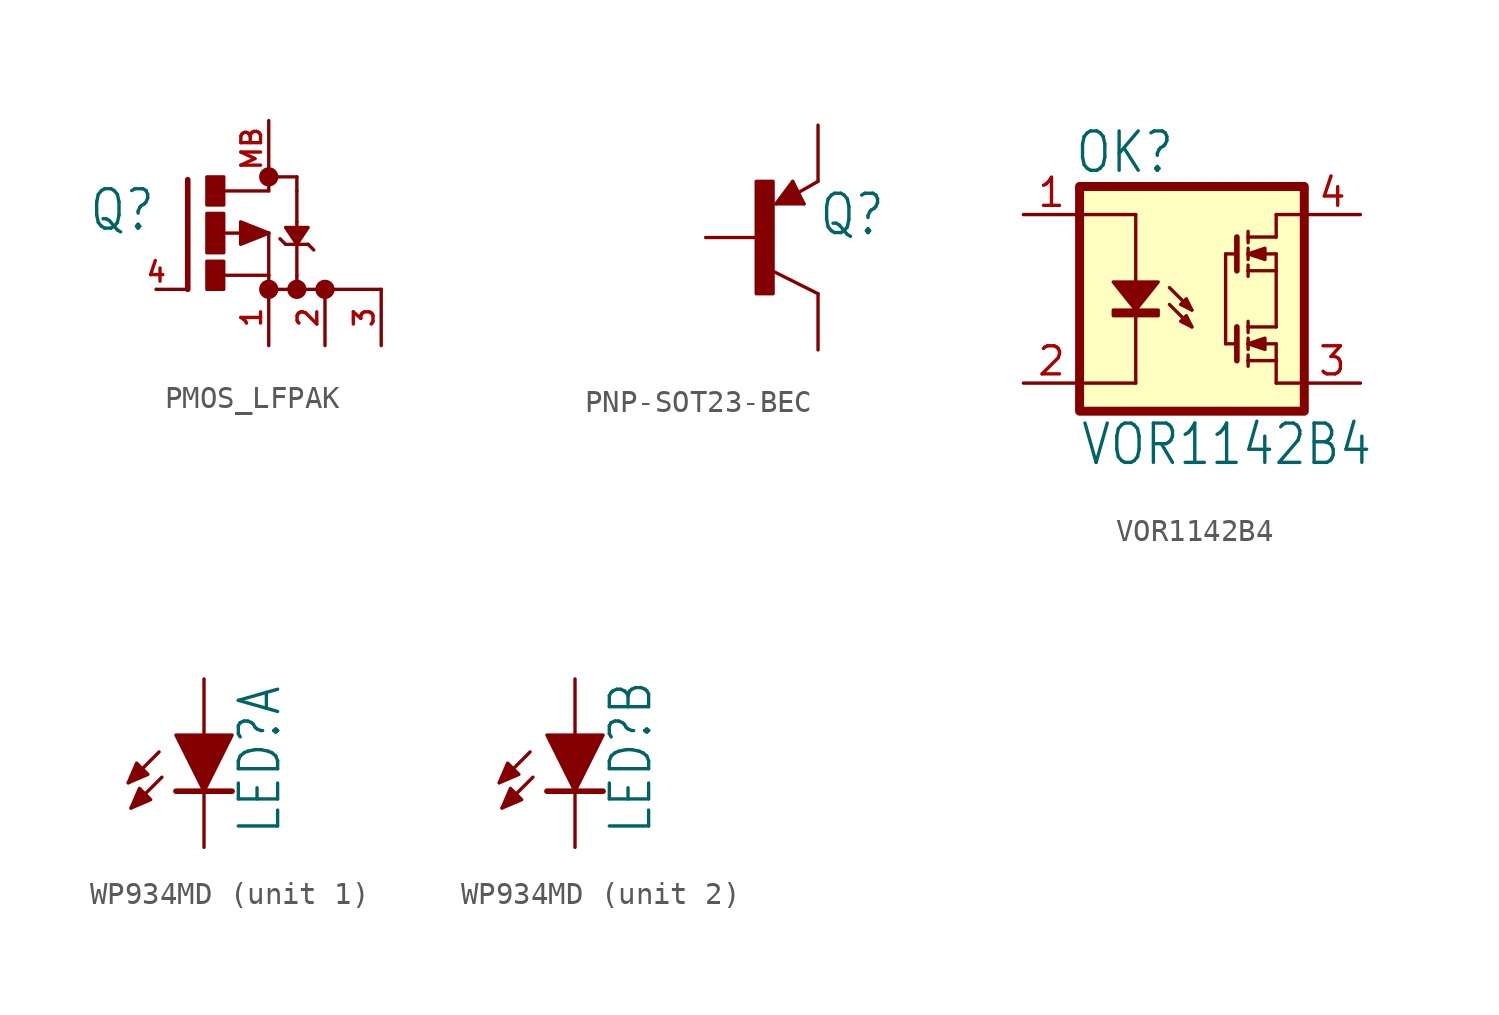
<source format=kicad_sym>
(kicad_symbol_lib
  (version 20231120)
  (generator "kicad_symbol_editor")
  (generator_version "8.0")
  (symbol "PMOS_LFPAK"
    (property "Reference" "Q"
      (at -2.54 0 0)
      (effects (font (size 1.778 1.511)) (justify right bottom)))
    (property "Value" ""
      (at 6.35 0 0)
      (effects (font (size 1.778 1.511)) (justify left bottom)))
    (property "ki_locked" ""
      (at 0 0 0)
      (effects (font (size 1.27 1.27))))
    (symbol "PMOS_LFPAK_1_0"
      (rectangle (start -0.254 -2.54) (end 0.508 -1.27) (stroke (width 0) (type default)) (fill (type outline)))
      (rectangle (start -0.254 -0.889) (end 0.508 0.889) (stroke (width 0) (type default)) (fill (type outline)))
      (rectangle (start -0.254 1.27) (end 0.508 2.54) (stroke (width 0) (type default)) (fill (type outline)))
      (polyline (pts (xy -1.118 -2.54) (xy -2.54 -2.54)) (stroke (width 0.152) (type solid)) (fill (type none)))
      (polyline (pts (xy -1.118 2.413) (xy -1.118 -2.54)) (stroke (width 0.254) (type solid)) (fill (type none)))
      (polyline (pts (xy 0.508 -1.905) (xy 2.54 -1.905)) (stroke (width 0.152) (type solid)) (fill (type none)))
      (polyline (pts (xy 1.651 0) (xy 2.54 0)) (stroke (width 0.152) (type solid)) (fill (type none)))
      (polyline (pts (xy 2.54 -1.905) (xy 2.54 -2.54)) (stroke (width 0.152) (type solid)) (fill (type none)))
      (polyline (pts (xy 2.54 0) (xy 0.533 0)) (stroke (width 0.152) (type solid)) (fill (type none)))
      (polyline (pts (xy 2.54 0) (xy 2.54 -1.905)) (stroke (width 0.152) (type solid)) (fill (type none)))
      (polyline (pts (xy 2.54 1.905) (xy 0.533 1.905)) (stroke (width 0.152) (type solid)) (fill (type none)))
      (polyline (pts (xy 2.54 2.54) (xy 2.54 1.905)) (stroke (width 0.152) (type solid)) (fill (type none)))
      (polyline (pts (xy 3.302 -0.508) (xy 3.048 -0.254)) (stroke (width 0.152) (type solid)) (fill (type none)))
      (polyline (pts (xy 3.81 -1.905) (xy 3.81 -2.54)) (stroke (width 0.152) (type solid)) (fill (type none)))
      (polyline (pts (xy 3.81 -1.905) (xy 3.81 0.508)) (stroke (width 0.152) (type solid)) (fill (type none)))
      (polyline (pts (xy 3.81 -0.508) (xy 3.302 -0.508)) (stroke (width 0.152) (type solid)) (fill (type none)))
      (polyline (pts (xy 3.81 0.508) (xy 3.81 1.905)) (stroke (width 0.152) (type solid)) (fill (type none)))
      (polyline (pts (xy 3.81 2.54) (xy 3.81 1.905)) (stroke (width 0.152) (type solid)) (fill (type none)))
      (polyline (pts (xy 4.318 -0.508) (xy 3.81 -0.508)) (stroke (width 0.152) (type solid)) (fill (type none)))
      (polyline (pts (xy 4.572 -0.762) (xy 4.318 -0.508)) (stroke (width 0.152) (type solid)) (fill (type none)))
      (polyline (pts (xy 2.54 0) (xy 1.27 -0.508) (xy 1.27 0.508) (xy 2.54 0)) (stroke (width 0) (type default)) (fill (type outline)))
      (polyline (pts (xy 3.81 -0.508) (xy 3.302 0.254) (xy 4.318 0.254) (xy 3.81 -0.508)) (stroke (width 0.152) (type default)) (fill (type outline)))
      (circle (center 2.54 -2.54) (radius 0.359) (stroke (width 0) (type solid)) (fill (type outline)))
      (circle (center 2.54 2.54) (radius 0.359) (stroke (width 0) (type solid)) (fill (type outline)))
      (circle (center 3.81 -2.54) (radius 0.359) (stroke (width 0) (type solid)) (fill (type outline)))
      (circle (center 5.08 -2.54) (radius 0.359) (stroke (width 0) (type solid)) (fill (type outline)))
      (pin passive line (at 2.54 -5.08 90) (length 2.54) (name "S" (effects (font (size 0 0)))) (number "1" (effects (font (size 0.889 0.889)))))
      (pin passive line (at 5.08 -5.08 90) (length 2.54) (name "S" (effects (font (size 0 0)))) (number "2" (effects (font (size 0.889 0.889)))))
      (pin passive line (at 7.62 -5.08 90) (length 2.54) (name "S" (effects (font (size 0 0)))) (number "3" (effects (font (size 0.889 0.889)))))
      (pin passive line (at -2.54 -2.54 0) (length 0) (name "G" (effects (font (size 0 0)))) (number "4" (effects (font (size 0.889 0.889)))))
      (pin passive line (at 2.54 5.08 270) (length 2.54) (name "MB" (effects (font (size 0 0)))) (number "MB" (effects (font (size 0.889 0.889))))))
    (symbol "PMOS_LFPAK_1_1"
      (polyline (pts (xy 2.54 -2.54) (xy 7.62 -2.54)) (stroke (width 0) (type default)) (fill (type none)))
      (polyline (pts (xy 2.54 2.54) (xy 3.81 2.54)) (stroke (width 0) (type default)) (fill (type none)))))
  (symbol "PNP-SOT23-BEC"
    (property "Reference" "Q"
      (at 2.54 0 0)
      (effects (font (size 1.778 1.511)) (justify left bottom)))
    (property "Value" ""
      (at -10.16 5.08 0)
      (effects (font (size 1.778 1.511)) (justify left bottom)))
    (property "ki_locked" ""
      (at 0 0 0)
      (effects (font (size 1.27 1.27))))
    (symbol "PNP-SOT23-BEC_1_0"
      (rectangle (start -0.254 -2.54) (end 0.508 2.54) (stroke (width 0) (type default)) (fill (type outline)))
      (polyline (pts (xy 0.635 1.524) (xy 1.905 1.524)) (stroke (width 0.152) (type solid)) (fill (type none)))
      (polyline (pts (xy 0.889 1.651) (xy 1.397 2.286)) (stroke (width 0.254) (type solid)) (fill (type none)))
      (polyline (pts (xy 1.27 1.778) (xy 1.397 2.032)) (stroke (width 0.254) (type solid)) (fill (type none)))
      (polyline (pts (xy 1.397 2.286) (xy 1.651 1.778)) (stroke (width 0.254) (type solid)) (fill (type none)))
      (polyline (pts (xy 1.397 2.54) (xy 0.635 1.524)) (stroke (width 0.152) (type solid)) (fill (type none)))
      (polyline (pts (xy 1.651 1.651) (xy 0.889 1.651)) (stroke (width 0.254) (type solid)) (fill (type none)))
      (polyline (pts (xy 1.651 1.778) (xy 1.27 1.778)) (stroke (width 0.254) (type solid)) (fill (type none)))
      (polyline (pts (xy 1.905 1.524) (xy 1.397 2.54)) (stroke (width 0.152) (type solid)) (fill (type none)))
      (polyline (pts (xy 2.54 -2.54) (xy 0.508 -1.524)) (stroke (width 0.152) (type solid)) (fill (type none)))
      (polyline (pts (xy 2.54 2.54) (xy 1.651 2.032)) (stroke (width 0.152) (type solid)) (fill (type none)))
      (pin passive line (at -2.54 0 0) (length 2.54) (name "B" (effects (font (size 0 0)))) (number "B" (effects (font (size 0 0)))))
      (pin passive line (at 2.54 -5.08 90) (length 2.54) (name "C" (effects (font (size 0 0)))) (number "C" (effects (font (size 0 0)))))
      (pin passive line (at 2.54 5.08 270) (length 2.54) (name "E" (effects (font (size 0 0)))) (number "E" (effects (font (size 0 0)))))))
  (symbol "VOR1142B4"
    (property "Reference" "OK"
      (at -5.334 6.858 0)
      (effects (font (size 1.778 1.511)) (justify left bottom)))
    (property "Value" "VOR1142B4"
      (at -5.08 -6.35 0)
      (effects (font (size 1.778 1.511)) (justify left bottom)))
    (symbol "VOR1142B4_1_0"
      (rectangle (start -3.556 0.508) (end -1.524 0.762) (stroke (width 0) (type default)) (fill (type outline)))
      (polyline (pts (xy -5.08 -2.54) (xy -2.54 -2.54)) (stroke (width 0.152) (type solid)) (fill (type none)))
      (polyline (pts (xy -5.08 5.08) (xy -2.54 5.08)) (stroke (width 0.152) (type solid)) (fill (type none)))
      (polyline (pts (xy -2.54 0.762) (xy -2.54 -2.54)) (stroke (width 0.152) (type solid)) (fill (type none)))
      (polyline (pts (xy -2.54 5.08) (xy -2.54 2.032)) (stroke (width 0.152) (type solid)) (fill (type none)))
      (polyline (pts (xy -1.016 1.016) (xy 0 0)) (stroke (width 0.152) (type solid)) (fill (type none)))
      (polyline (pts (xy -1.016 1.778) (xy 0 0.762)) (stroke (width 0.152) (type solid)) (fill (type none)))
      (polyline (pts (xy 1.524 -0.762) (xy 2.032 -0.762)) (stroke (width 0.152) (type solid)) (fill (type none)))
      (polyline (pts (xy 1.524 3.302) (xy 1.524 -0.762)) (stroke (width 0.152) (type solid)) (fill (type none)))
      (polyline (pts (xy 1.524 3.302) (xy 2.032 3.302)) (stroke (width 0.152) (type solid)) (fill (type none)))
      (polyline (pts (xy 2.032 0) (xy 2.032 -1.524)) (stroke (width 0.254) (type solid)) (fill (type none)))
      (polyline (pts (xy 2.032 4.064) (xy 2.032 2.54)) (stroke (width 0.254) (type solid)) (fill (type none)))
      (polyline (pts (xy 2.54 -1.524) (xy 2.54 -1.778)) (stroke (width 0.152) (type solid)) (fill (type none)))
      (polyline (pts (xy 2.54 -1.524) (xy 3.81 -1.524)) (stroke (width 0.152) (type solid)) (fill (type none)))
      (polyline (pts (xy 2.54 -1.27) (xy 2.54 -1.524)) (stroke (width 0.152) (type solid)) (fill (type none)))
      (polyline (pts (xy 2.54 -0.762) (xy 2.54 -1.016)) (stroke (width 0.152) (type solid)) (fill (type none)))
      (polyline (pts (xy 2.54 -0.762) (xy 3.81 -0.762)) (stroke (width 0.152) (type solid)) (fill (type none)))
      (polyline (pts (xy 2.54 -0.508) (xy 2.54 -0.762)) (stroke (width 0.152) (type solid)) (fill (type none)))
      (polyline (pts (xy 2.54 0) (xy 2.54 -0.254)) (stroke (width 0.152) (type solid)) (fill (type none)))
      (polyline (pts (xy 2.54 0.254) (xy 2.54 0)) (stroke (width 0.152) (type solid)) (fill (type none)))
      (polyline (pts (xy 2.54 2.54) (xy 2.54 2.286)) (stroke (width 0.152) (type solid)) (fill (type none)))
      (polyline (pts (xy 2.54 2.54) (xy 3.81 2.54)) (stroke (width 0.152) (type solid)) (fill (type none)))
      (polyline (pts (xy 2.54 2.794) (xy 2.54 2.54)) (stroke (width 0.152) (type solid)) (fill (type none)))
      (polyline (pts (xy 2.54 3.302) (xy 2.54 3.048)) (stroke (width 0.152) (type solid)) (fill (type none)))
      (polyline (pts (xy 2.54 3.302) (xy 3.81 3.302)) (stroke (width 0.152) (type solid)) (fill (type none)))
      (polyline (pts (xy 2.54 3.556) (xy 2.54 3.302)) (stroke (width 0.152) (type solid)) (fill (type none)))
      (polyline (pts (xy 2.54 4.064) (xy 2.54 3.81)) (stroke (width 0.152) (type solid)) (fill (type none)))
      (polyline (pts (xy 2.54 4.064) (xy 3.81 4.064)) (stroke (width 0.152) (type solid)) (fill (type none)))
      (polyline (pts (xy 2.54 4.318) (xy 2.54 4.064)) (stroke (width 0.152) (type solid)) (fill (type none)))
      (polyline (pts (xy 3.81 -2.54) (xy 5.08 -2.54)) (stroke (width 0.152) (type solid)) (fill (type none)))
      (polyline (pts (xy 3.81 -1.524) (xy 3.81 -2.54)) (stroke (width 0.152) (type solid)) (fill (type none)))
      (polyline (pts (xy 3.81 -1.524) (xy 3.81 -0.762)) (stroke (width 0.152) (type solid)) (fill (type none)))
      (polyline (pts (xy 3.81 0) (xy 2.54 0)) (stroke (width 0.152) (type solid)) (fill (type none)))
      (polyline (pts (xy 3.81 2.54) (xy 3.81 0)) (stroke (width 0.152) (type solid)) (fill (type none)))
      (polyline (pts (xy 3.81 2.54) (xy 3.81 3.302)) (stroke (width 0.152) (type solid)) (fill (type none)))
      (polyline (pts (xy 3.81 4.064) (xy 3.81 5.08)) (stroke (width 0.152) (type solid)) (fill (type none)))
      (polyline (pts (xy 3.81 5.08) (xy 5.08 5.08)) (stroke (width 0.152) (type solid)) (fill (type none)))
      (pin passive line (at -7.62 5.08 0) (length 2.54) (name "A" (effects (font (size 0 0)))) (number "1" (effects (font (size 1.27 1.27)))))
      (pin passive line (at -7.62 -2.54 0) (length 2.54) (name "C" (effects (font (size 0 0)))) (number "2" (effects (font (size 1.27 1.27)))))
      (pin passive line (at 7.62 -2.54 180) (length 2.54) (name "S2" (effects (font (size 0 0)))) (number "3" (effects (font (size 1.27 1.27)))))
      (pin passive line (at 7.62 5.08 180) (length 2.54) (name "S1" (effects (font (size 0 0)))) (number "4" (effects (font (size 1.27 1.27))))))
    (symbol "VOR1142B4_1_1"
      (rectangle (start -5.08 6.35) (end 5.08 -3.81) (stroke (width 0.406) (type default)) (fill (type background)))
      (polyline (pts (xy -3.556 2.032) (xy -1.524 2.032) (xy -2.54 0.762) (xy -3.556 2.032)) (stroke (width 0) (type default)) (fill (type outline)))
      (polyline (pts (xy -0.508 0.254) (xy -0.254 0.508) (xy 0 0) (xy -0.508 0.254)) (stroke (width 0) (type default)) (fill (type none)))
      (polyline (pts (xy -0.508 1.016) (xy -0.254 1.27) (xy 0 0.762) (xy -0.508 1.016)) (stroke (width 0) (type default)) (fill (type none)))
      (polyline (pts (xy 2.54 -0.762) (xy 3.302 -0.508) (xy 3.302 -1.016) (xy 2.54 -0.762)) (stroke (width 0) (type default)) (fill (type outline)))
      (polyline (pts (xy 2.54 3.302) (xy 3.302 3.556) (xy 3.302 3.048) (xy 2.54 3.302)) (stroke (width 0) (type default)) (fill (type outline)))))
  (symbol "WP934MD"
    (property "Reference" "LED"
      (at 3.556 -2.032 90)
      (effects (font (size 1.778 1.511)) (justify left bottom)))
    (property "Value" ""
      (at 5.715 -2.032 90)
      (effects (font (size 1.778 1.511)) (justify left bottom)))
    (property "ki_locked" ""
      (at 0 0 0)
      (effects (font (size 1.27 1.27))))
    (symbol "WP934MD_1_0"
      (polyline (pts (xy -2.032 1.778) (xy -3.429 0.381)) (stroke (width 0.152) (type solid)) (fill (type none)))
      (polyline (pts (xy -1.905 0.635) (xy -3.302 -0.762)) (stroke (width 0.152) (type solid)) (fill (type none)))
      (polyline (pts (xy 0 0) (xy -1.27 0)) (stroke (width 0.254) (type solid)) (fill (type none)))
      (polyline (pts (xy 0 2.54) (xy 0 0)) (stroke (width 0.152) (type solid)) (fill (type none)))
      (polyline (pts (xy 1.27 0) (xy 0 0)) (stroke (width 0.254) (type solid)) (fill (type none)))
      (pin passive line (at 0 5.08 270) (length 2.54) (name "A" (effects (font (size 0 0)))) (number "TA" (effects (font (size 0 0)))))
      (pin passive line (at 0 -2.54 90) (length 2.54) (name "C" (effects (font (size 0 0)))) (number "TC" (effects (font (size 0 0))))))
    (symbol "WP934MD_1_1"
      (polyline (pts (xy -3.429 0.381) (xy -3.048 1.27) (xy -2.54 0.762) (xy -3.429 0.381)) (stroke (width 0) (type default)) (fill (type outline)))
      (polyline (pts (xy -3.302 -0.762) (xy -2.921 0.127) (xy -2.413 -0.381) (xy -3.302 -0.762)) (stroke (width 0) (type default)) (fill (type outline)))
      (polyline (pts (xy -1.27 2.54) (xy 1.27 2.54) (xy 0 0) (xy -1.27 2.54)) (stroke (width 0) (type default)) (fill (type outline))))
    (symbol "WP934MD_2_0"
      (polyline (pts (xy -2.032 1.778) (xy -3.429 0.381)) (stroke (width 0.152) (type solid)) (fill (type none)))
      (polyline (pts (xy -1.905 0.635) (xy -3.302 -0.762)) (stroke (width 0.152) (type solid)) (fill (type none)))
      (polyline (pts (xy 0 0) (xy -1.27 0)) (stroke (width 0.254) (type solid)) (fill (type none)))
      (polyline (pts (xy 0 2.54) (xy 0 0)) (stroke (width 0.152) (type solid)) (fill (type none)))
      (polyline (pts (xy 1.27 0) (xy 0 0)) (stroke (width 0.254) (type solid)) (fill (type none)))
      (pin passive line (at 0 5.08 270) (length 2.54) (name "A" (effects (font (size 0 0)))) (number "BA" (effects (font (size 0 0)))))
      (pin passive line (at 0 -2.54 90) (length 2.54) (name "C" (effects (font (size 0 0)))) (number "BC" (effects (font (size 0 0))))))
    (symbol "WP934MD_2_1"
      (polyline (pts (xy -3.429 0.381) (xy -3.048 1.27) (xy -2.54 0.762) (xy -3.429 0.381)) (stroke (width 0) (type default)) (fill (type outline)))
      (polyline (pts (xy -3.302 -0.762) (xy -2.921 0.127) (xy -2.413 -0.381) (xy -3.302 -0.762)) (stroke (width 0) (type default)) (fill (type outline)))
      (polyline (pts (xy -1.27 2.54) (xy 1.27 2.54) (xy 0 0) (xy -1.27 2.54)) (stroke (width 0) (type default)) (fill (type outline))))))
</source>
